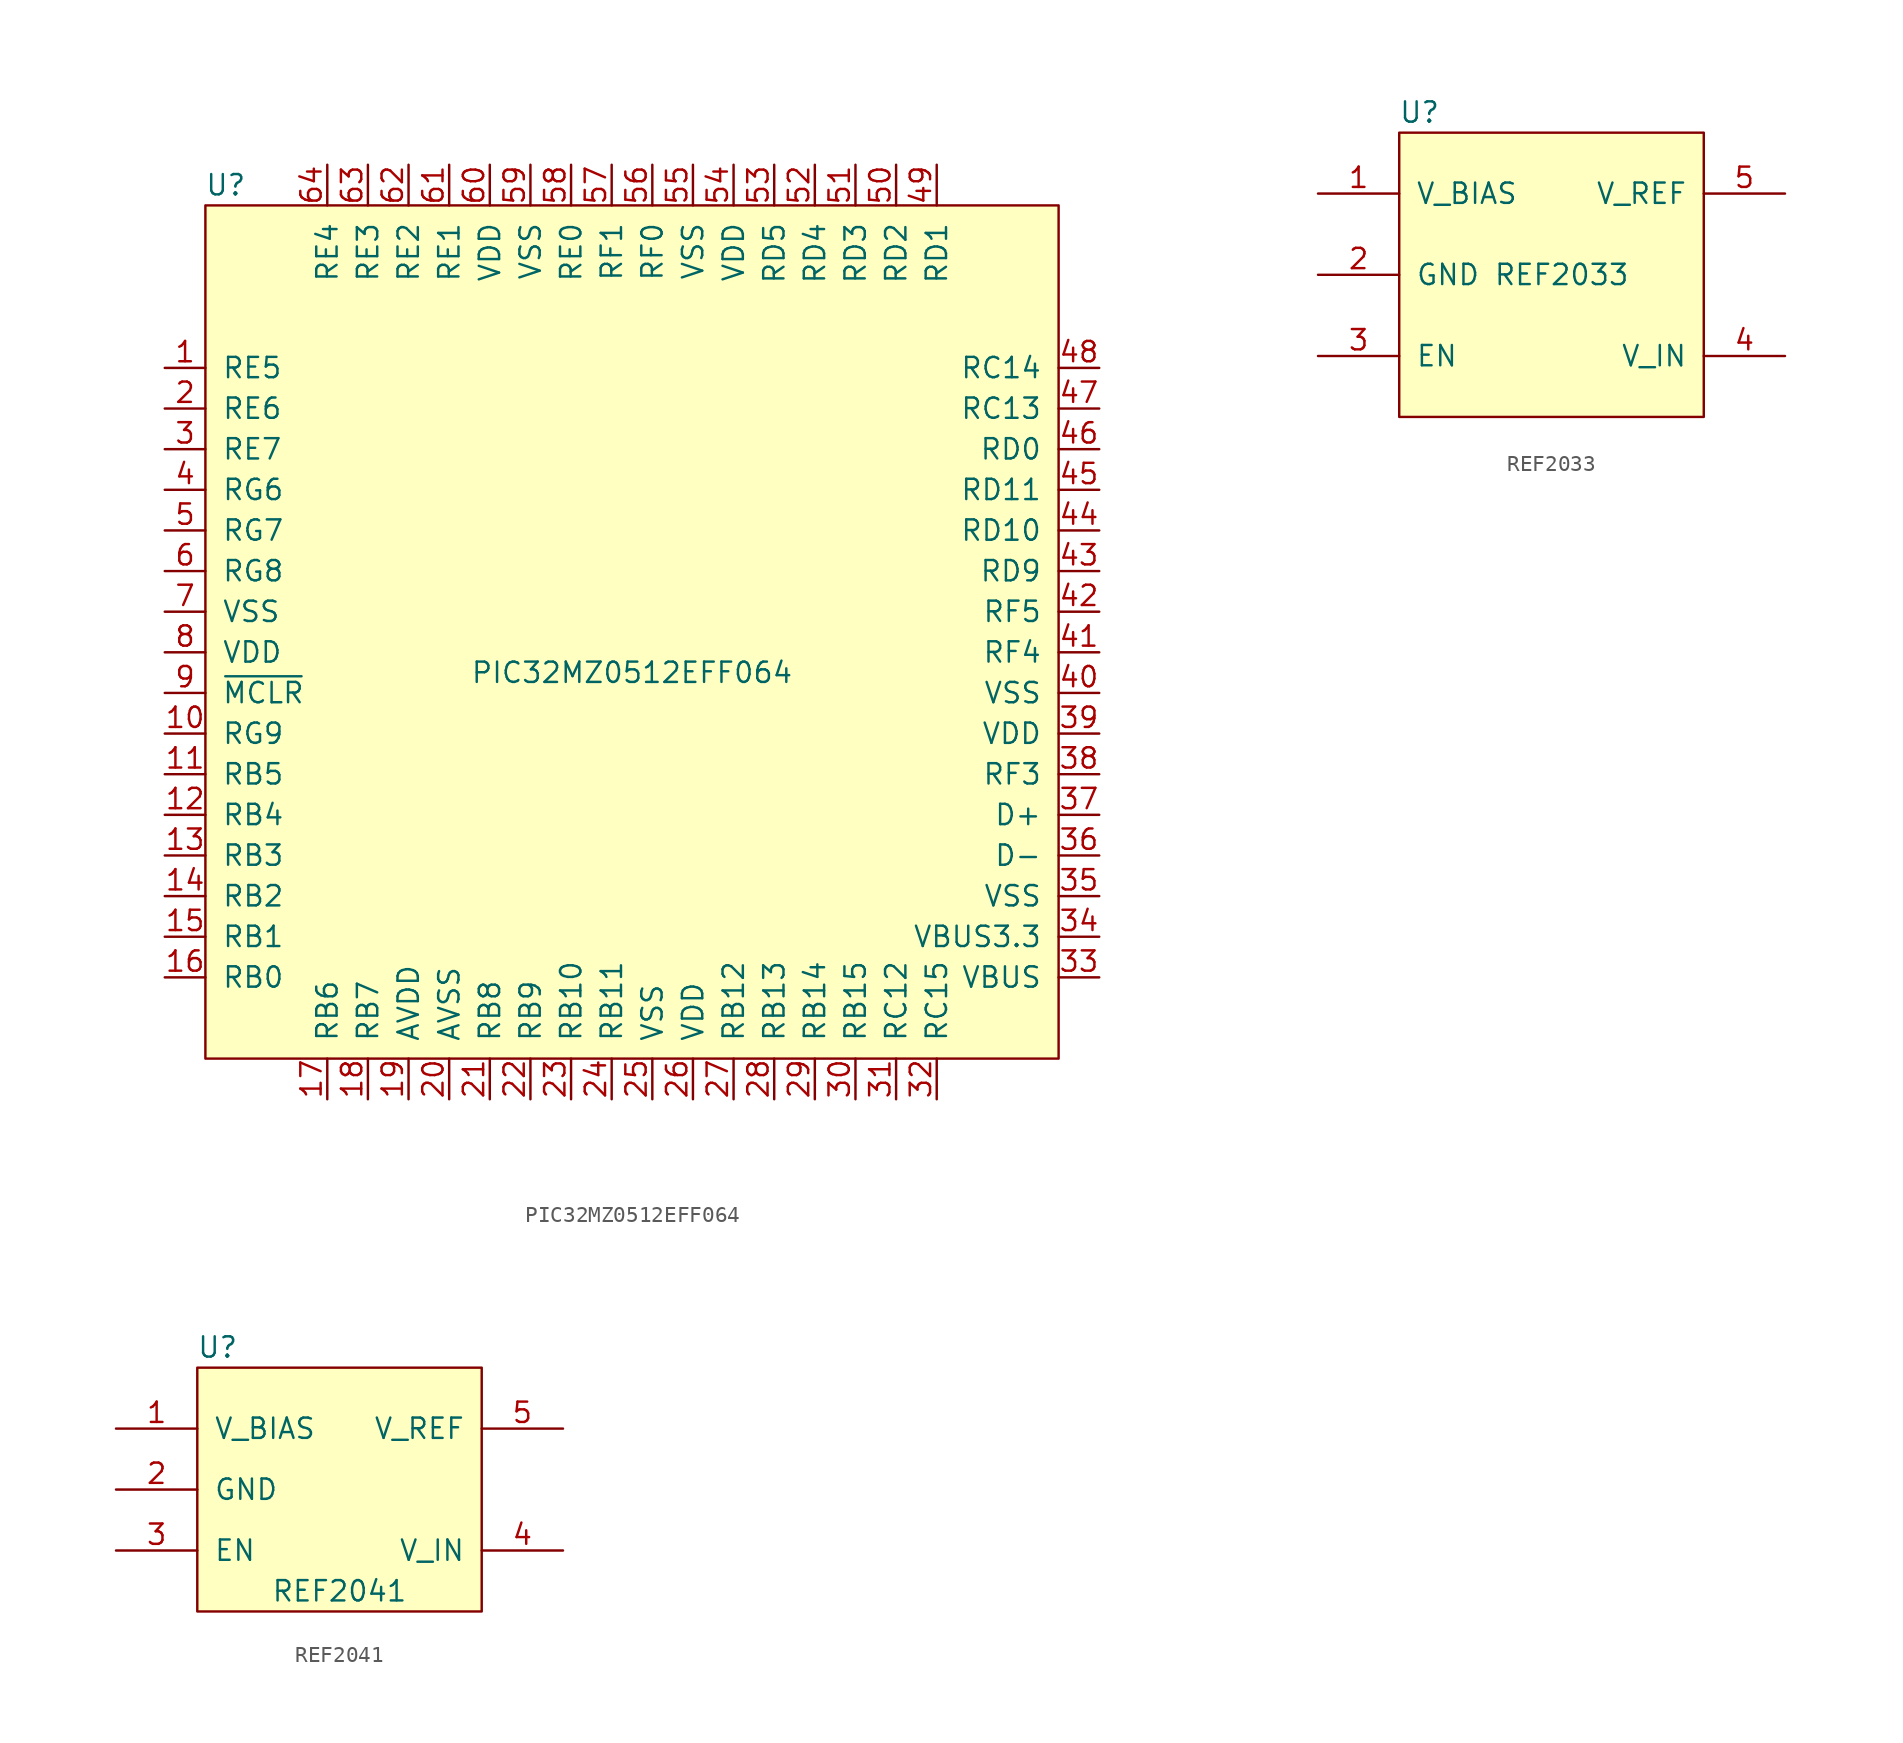
<source format=kicad_sym>
(kicad_symbol_lib
  (version 20211014)
  (generator kicad_symbol_editor)
  (symbol "PIC32MZ0512EFF064"
    (pin_names
      (offset 1.016))
    (property "Reference" "U"
      (at -25.4 30.48 0)
      (effects (font (size 1.27 1.27))))
    (property "Value" "PIC32MZ0512EFF064"
      (at 0 0 0)
      (effects (font (size 1.27 1.27))))
    (symbol "PIC32MZ0512EFF064_0_1"
      (rectangle (start -26.67 29.21) (end 26.67 -24.13) (stroke (width 0) (type default) (color 0 0 0 0)) (fill (type background))))
    (symbol "PIC32MZ0512EFF064_1_1"
      (pin bidirectional line (at -29.21 19.05 0) (length 2.54) (name "RE5" (effects (font (size 1.27 1.27)))) (number "1" (effects (font (size 1.27 1.27)))))
      (pin bidirectional line (at -29.21 -3.81 0) (length 2.54) (name "RG9" (effects (font (size 1.27 1.27)))) (number "10" (effects (font (size 1.27 1.27)))))
      (pin bidirectional line (at -29.21 -6.35 0) (length 2.54) (name "RB5" (effects (font (size 1.27 1.27)))) (number "11" (effects (font (size 1.27 1.27)))))
      (pin bidirectional line (at -29.21 -8.89 0) (length 2.54) (name "RB4" (effects (font (size 1.27 1.27)))) (number "12" (effects (font (size 1.27 1.27)))))
      (pin bidirectional line (at -29.21 -11.43 0) (length 2.54) (name "RB3" (effects (font (size 1.27 1.27)))) (number "13" (effects (font (size 1.27 1.27)))))
      (pin bidirectional line (at -29.21 -13.97 0) (length 2.54) (name "RB2" (effects (font (size 1.27 1.27)))) (number "14" (effects (font (size 1.27 1.27)))))
      (pin bidirectional line (at -29.21 -16.51 0) (length 2.54) (name "RB1" (effects (font (size 1.27 1.27)))) (number "15" (effects (font (size 1.27 1.27)))))
      (pin bidirectional line (at -29.21 -19.05 0) (length 2.54) (name "RB0" (effects (font (size 1.27 1.27)))) (number "16" (effects (font (size 1.27 1.27)))))
      (pin bidirectional line (at -19.05 -26.67 90) (length 2.54) (name "RB6" (effects (font (size 1.27 1.27)))) (number "17" (effects (font (size 1.27 1.27)))))
      (pin bidirectional line (at -16.51 -26.67 90) (length 2.54) (name "RB7" (effects (font (size 1.27 1.27)))) (number "18" (effects (font (size 1.27 1.27)))))
      (pin power_in line (at -13.97 -26.67 90) (length 2.54) (name "AVDD" (effects (font (size 1.27 1.27)))) (number "19" (effects (font (size 1.27 1.27)))))
      (pin bidirectional line (at -29.21 16.51 0) (length 2.54) (name "RE6" (effects (font (size 1.27 1.27)))) (number "2" (effects (font (size 1.27 1.27)))))
      (pin power_in line (at -11.43 -26.67 90) (length 2.54) (name "AVSS" (effects (font (size 1.27 1.27)))) (number "20" (effects (font (size 1.27 1.27)))))
      (pin bidirectional line (at -8.89 -26.67 90) (length 2.54) (name "RB8" (effects (font (size 1.27 1.27)))) (number "21" (effects (font (size 1.27 1.27)))))
      (pin bidirectional line (at -6.35 -26.67 90) (length 2.54) (name "RB9" (effects (font (size 1.27 1.27)))) (number "22" (effects (font (size 1.27 1.27)))))
      (pin bidirectional line (at -3.81 -26.67 90) (length 2.54) (name "RB10" (effects (font (size 1.27 1.27)))) (number "23" (effects (font (size 1.27 1.27)))))
      (pin bidirectional line (at -1.27 -26.67 90) (length 2.54) (name "RB11" (effects (font (size 1.27 1.27)))) (number "24" (effects (font (size 1.27 1.27)))))
      (pin power_in line (at 1.27 -26.67 90) (length 2.54) (name "VSS" (effects (font (size 1.27 1.27)))) (number "25" (effects (font (size 1.27 1.27)))))
      (pin power_in line (at 3.81 -26.67 90) (length 2.54) (name "VDD" (effects (font (size 1.27 1.27)))) (number "26" (effects (font (size 1.27 1.27)))))
      (pin bidirectional line (at 6.35 -26.67 90) (length 2.54) (name "RB12" (effects (font (size 1.27 1.27)))) (number "27" (effects (font (size 1.27 1.27)))))
      (pin bidirectional line (at 8.89 -26.67 90) (length 2.54) (name "RB13" (effects (font (size 1.27 1.27)))) (number "28" (effects (font (size 1.27 1.27)))))
      (pin bidirectional line (at 11.43 -26.67 90) (length 2.54) (name "RB14" (effects (font (size 1.27 1.27)))) (number "29" (effects (font (size 1.27 1.27)))))
      (pin bidirectional line (at -29.21 13.97 0) (length 2.54) (name "RE7" (effects (font (size 1.27 1.27)))) (number "3" (effects (font (size 1.27 1.27)))))
      (pin bidirectional line (at 13.97 -26.67 90) (length 2.54) (name "RB15" (effects (font (size 1.27 1.27)))) (number "30" (effects (font (size 1.27 1.27)))))
      (pin bidirectional line (at 16.51 -26.67 90) (length 2.54) (name "RC12" (effects (font (size 1.27 1.27)))) (number "31" (effects (font (size 1.27 1.27)))))
      (pin bidirectional line (at 19.05 -26.67 90) (length 2.54) (name "RC15" (effects (font (size 1.27 1.27)))) (number "32" (effects (font (size 1.27 1.27)))))
      (pin power_in line (at 29.21 -19.05 180) (length 2.54) (name "VBUS" (effects (font (size 1.27 1.27)))) (number "33" (effects (font (size 1.27 1.27)))))
      (pin power_in line (at 29.21 -16.51 180) (length 2.54) (name "VBUS3.3" (effects (font (size 1.27 1.27)))) (number "34" (effects (font (size 1.27 1.27)))))
      (pin power_in line (at 29.21 -13.97 180) (length 2.54) (name "VSS" (effects (font (size 1.27 1.27)))) (number "35" (effects (font (size 1.27 1.27)))))
      (pin bidirectional line (at 29.21 -11.43 180) (length 2.54) (name "D-" (effects (font (size 1.27 1.27)))) (number "36" (effects (font (size 1.27 1.27)))))
      (pin bidirectional line (at 29.21 -8.89 180) (length 2.54) (name "D+" (effects (font (size 1.27 1.27)))) (number "37" (effects (font (size 1.27 1.27)))))
      (pin bidirectional line (at 29.21 -6.35 180) (length 2.54) (name "RF3" (effects (font (size 1.27 1.27)))) (number "38" (effects (font (size 1.27 1.27)))))
      (pin power_in line (at 29.21 -3.81 180) (length 2.54) (name "VDD" (effects (font (size 1.27 1.27)))) (number "39" (effects (font (size 1.27 1.27)))))
      (pin bidirectional line (at -29.21 11.43 0) (length 2.54) (name "RG6" (effects (font (size 1.27 1.27)))) (number "4" (effects (font (size 1.27 1.27)))))
      (pin power_in line (at 29.21 -1.27 180) (length 2.54) (name "VSS" (effects (font (size 1.27 1.27)))) (number "40" (effects (font (size 1.27 1.27)))))
      (pin bidirectional line (at 29.21 1.27 180) (length 2.54) (name "RF4" (effects (font (size 1.27 1.27)))) (number "41" (effects (font (size 1.27 1.27)))))
      (pin bidirectional line (at 29.21 3.81 180) (length 2.54) (name "RF5" (effects (font (size 1.27 1.27)))) (number "42" (effects (font (size 1.27 1.27)))))
      (pin bidirectional line (at 29.21 6.35 180) (length 2.54) (name "RD9" (effects (font (size 1.27 1.27)))) (number "43" (effects (font (size 1.27 1.27)))))
      (pin bidirectional line (at 29.21 8.89 180) (length 2.54) (name "RD10" (effects (font (size 1.27 1.27)))) (number "44" (effects (font (size 1.27 1.27)))))
      (pin bidirectional line (at 29.21 11.43 180) (length 2.54) (name "RD11" (effects (font (size 1.27 1.27)))) (number "45" (effects (font (size 1.27 1.27)))))
      (pin bidirectional line (at 29.21 13.97 180) (length 2.54) (name "RD0" (effects (font (size 1.27 1.27)))) (number "46" (effects (font (size 1.27 1.27)))))
      (pin bidirectional line (at 29.21 16.51 180) (length 2.54) (name "RC13" (effects (font (size 1.27 1.27)))) (number "47" (effects (font (size 1.27 1.27)))))
      (pin bidirectional line (at 29.21 19.05 180) (length 2.54) (name "RC14" (effects (font (size 1.27 1.27)))) (number "48" (effects (font (size 1.27 1.27)))))
      (pin bidirectional line (at 19.05 31.75 270) (length 2.54) (name "RD1" (effects (font (size 1.27 1.27)))) (number "49" (effects (font (size 1.27 1.27)))))
      (pin bidirectional line (at -29.21 8.89 0) (length 2.54) (name "RG7" (effects (font (size 1.27 1.27)))) (number "5" (effects (font (size 1.27 1.27)))))
      (pin bidirectional line (at 16.51 31.75 270) (length 2.54) (name "RD2" (effects (font (size 1.27 1.27)))) (number "50" (effects (font (size 1.27 1.27)))))
      (pin bidirectional line (at 13.97 31.75 270) (length 2.54) (name "RD3" (effects (font (size 1.27 1.27)))) (number "51" (effects (font (size 1.27 1.27)))))
      (pin bidirectional line (at 11.43 31.75 270) (length 2.54) (name "RD4" (effects (font (size 1.27 1.27)))) (number "52" (effects (font (size 1.27 1.27)))))
      (pin bidirectional line (at 8.89 31.75 270) (length 2.54) (name "RD5" (effects (font (size 1.27 1.27)))) (number "53" (effects (font (size 1.27 1.27)))))
      (pin power_in line (at 6.35 31.75 270) (length 2.54) (name "VDD" (effects (font (size 1.27 1.27)))) (number "54" (effects (font (size 1.27 1.27)))))
      (pin power_in line (at 3.81 31.75 270) (length 2.54) (name "VSS" (effects (font (size 1.27 1.27)))) (number "55" (effects (font (size 1.27 1.27)))))
      (pin bidirectional line (at 1.27 31.75 270) (length 2.54) (name "RF0" (effects (font (size 1.27 1.27)))) (number "56" (effects (font (size 1.27 1.27)))))
      (pin bidirectional line (at -1.27 31.75 270) (length 2.54) (name "RF1" (effects (font (size 1.27 1.27)))) (number "57" (effects (font (size 1.27 1.27)))))
      (pin bidirectional line (at -3.81 31.75 270) (length 2.54) (name "RE0" (effects (font (size 1.27 1.27)))) (number "58" (effects (font (size 1.27 1.27)))))
      (pin power_in line (at -6.35 31.75 270) (length 2.54) (name "VSS" (effects (font (size 1.27 1.27)))) (number "59" (effects (font (size 1.27 1.27)))))
      (pin bidirectional line (at -29.21 6.35 0) (length 2.54) (name "RG8" (effects (font (size 1.27 1.27)))) (number "6" (effects (font (size 1.27 1.27)))))
      (pin power_in line (at -8.89 31.75 270) (length 2.54) (name "VDD" (effects (font (size 1.27 1.27)))) (number "60" (effects (font (size 1.27 1.27)))))
      (pin bidirectional line (at -11.43 31.75 270) (length 2.54) (name "RE1" (effects (font (size 1.27 1.27)))) (number "61" (effects (font (size 1.27 1.27)))))
      (pin bidirectional line (at -13.97 31.75 270) (length 2.54) (name "RE2" (effects (font (size 1.27 1.27)))) (number "62" (effects (font (size 1.27 1.27)))))
      (pin bidirectional line (at -16.51 31.75 270) (length 2.54) (name "RE3" (effects (font (size 1.27 1.27)))) (number "63" (effects (font (size 1.27 1.27)))))
      (pin bidirectional line (at -19.05 31.75 270) (length 2.54) (name "RE4" (effects (font (size 1.27 1.27)))) (number "64" (effects (font (size 1.27 1.27)))))
      (pin power_in line (at -29.21 3.81 0) (length 2.54) (name "VSS" (effects (font (size 1.27 1.27)))) (number "7" (effects (font (size 1.27 1.27)))))
      (pin power_in line (at -29.21 1.27 0) (length 2.54) (name "VDD" (effects (font (size 1.27 1.27)))) (number "8" (effects (font (size 1.27 1.27)))))
      (pin input line (at -29.21 -1.27 0) (length 2.54) (name "~{MCLR}" (effects (font (size 1.27 1.27)))) (number "9" (effects (font (size 1.27 1.27)))))))
  (symbol "REF2033"
    (pin_names
      (offset 1.016))
    (property "Reference" "U"
      (at -8.89 10.16 0)
      (effects (font (size 1.27 1.27))))
    (property "Value" "REF2033"
      (at 0 0 0)
      (effects (font (size 1.27 1.27))))
    (symbol "REF2033_0_1"
      (rectangle (start -10.16 8.89) (end 8.89 -8.89) (stroke (width 0) (type default) (color 0 0 0 0)) (fill (type background))))
    (symbol "REF2033_1_1"
      (pin power_out line (at -15.24 5.08 0) (length 5.08) (name "V_BIAS" (effects (font (size 1.27 1.27)))) (number "1" (effects (font (size 1.27 1.27)))))
      (pin power_in line (at -15.24 0 0) (length 5.08) (name "GND" (effects (font (size 1.27 1.27)))) (number "2" (effects (font (size 1.27 1.27)))))
      (pin input line (at -15.24 -5.08 0) (length 5.08) (name "EN" (effects (font (size 1.27 1.27)))) (number "3" (effects (font (size 1.27 1.27)))))
      (pin power_in line (at 13.97 -5.08 180) (length 5.08) (name "V_IN" (effects (font (size 1.27 1.27)))) (number "4" (effects (font (size 1.27 1.27)))))
      (pin power_out line (at 13.97 5.08 180) (length 5.08) (name "V_REF" (effects (font (size 1.27 1.27)))) (number "5" (effects (font (size 1.27 1.27)))))))
  (symbol "REF2041"
    (pin_names
      (offset 1.016))
    (property "Reference" "U"
      (at -7.62 8.89 0)
      (effects (font (size 1.27 1.27))))
    (property "Value" "REF2041"
      (at 0 -6.35 0)
      (effects (font (size 1.27 1.27))))
    (symbol "REF2041_0_1"
      (rectangle (start -8.89 7.62) (end 8.89 -7.62) (stroke (width 0) (type default) (color 0 0 0 0)) (fill (type background))))
    (symbol "REF2041_1_1"
      (pin power_out line (at -13.97 3.81 0) (length 5.08) (name "V_BIAS" (effects (font (size 1.27 1.27)))) (number "1" (effects (font (size 1.27 1.27)))))
      (pin power_in line (at -13.97 0 0) (length 5.08) (name "GND" (effects (font (size 1.27 1.27)))) (number "2" (effects (font (size 1.27 1.27)))))
      (pin input line (at -13.97 -3.81 0) (length 5.08) (name "EN" (effects (font (size 1.27 1.27)))) (number "3" (effects (font (size 1.27 1.27)))))
      (pin power_in line (at 13.97 -3.81 180) (length 5.08) (name "V_IN" (effects (font (size 1.27 1.27)))) (number "4" (effects (font (size 1.27 1.27)))))
      (pin power_out line (at 13.97 3.81 180) (length 5.08) (name "V_REF" (effects (font (size 1.27 1.27)))) (number "5" (effects (font (size 1.27 1.27))))))))
</source>
